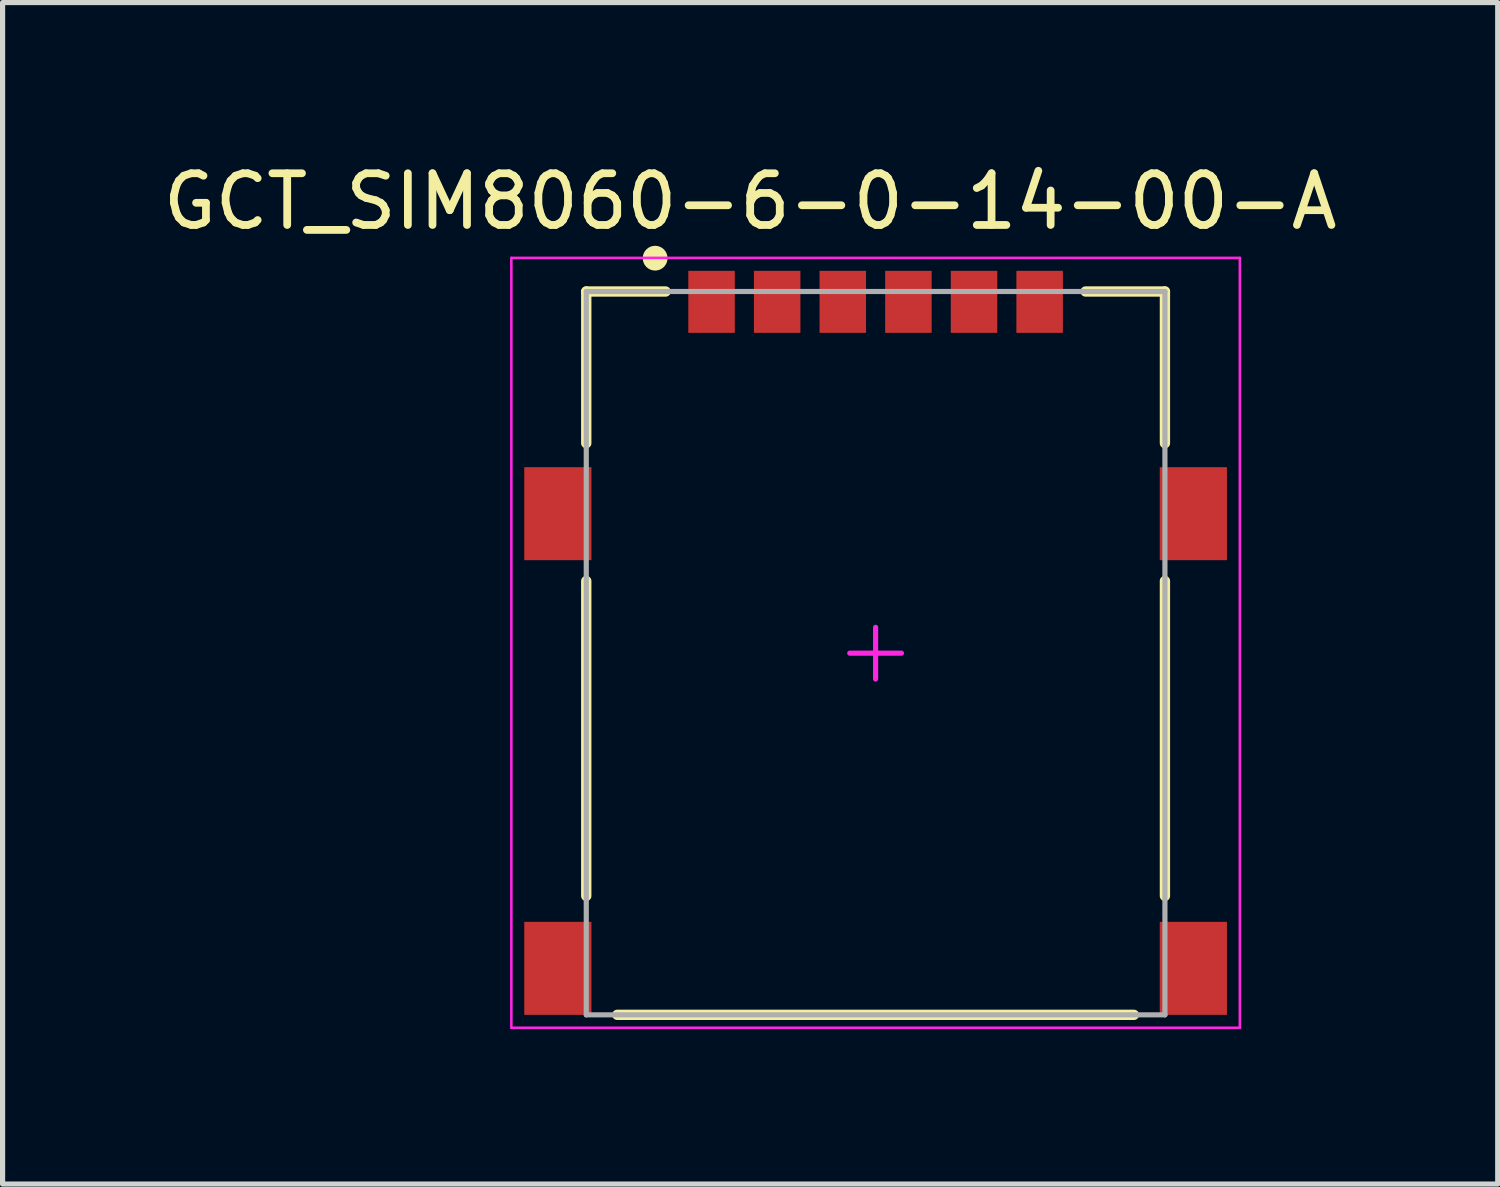
<source format=kicad_pcb>
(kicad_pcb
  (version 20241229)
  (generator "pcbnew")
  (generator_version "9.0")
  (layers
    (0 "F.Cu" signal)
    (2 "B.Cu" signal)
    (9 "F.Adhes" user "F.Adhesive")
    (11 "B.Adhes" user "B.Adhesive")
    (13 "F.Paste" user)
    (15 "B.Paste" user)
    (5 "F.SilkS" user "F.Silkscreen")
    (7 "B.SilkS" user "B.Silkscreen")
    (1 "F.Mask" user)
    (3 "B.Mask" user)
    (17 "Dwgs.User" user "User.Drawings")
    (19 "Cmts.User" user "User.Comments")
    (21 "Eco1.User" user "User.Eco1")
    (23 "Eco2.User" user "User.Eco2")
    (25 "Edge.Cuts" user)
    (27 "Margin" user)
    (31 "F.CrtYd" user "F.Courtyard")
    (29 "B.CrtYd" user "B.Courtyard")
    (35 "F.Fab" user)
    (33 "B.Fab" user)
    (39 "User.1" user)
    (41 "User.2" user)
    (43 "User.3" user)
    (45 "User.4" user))
  (footprint "GCT_SIM8060-6-0-14-00-A"
    (layer "F.Cu")
    (at 13.897 9.592)
    (property "Reference" "GCT_SIM8060-6-0-14-00-A" (at -2.427 -8.743 0) (layer "F.SilkS") (effects (font (size 1.001 1.001) (thickness 0.15))))
    (attr smd)
    (fp_line (start -5.6 -7) (end -4.064 -7) (stroke (width 0.2) (type solid)) (layer "F.SilkS"))
    (fp_line (start -5.6 -4.064) (end -5.6 -7) (stroke (width 0.2) (type solid)) (layer "F.SilkS"))
    (fp_line (start -5.6 -1.397) (end -5.6 4.699) (stroke (width 0.2) (type solid)) (layer "F.SilkS"))
    (fp_line (start -5 7) (end 5 7) (stroke (width 0.2) (type solid)) (layer "F.SilkS"))
    (fp_line (start 4.064 -7) (end 5.6 -7) (stroke (width 0.2) (type solid)) (layer "F.SilkS"))
    (fp_line (start 5.6 -7) (end 5.6 -4.064) (stroke (width 0.2) (type solid)) (layer "F.SilkS"))
    (fp_line (start 5.6 4.699) (end 5.6 -1.397) (stroke (width 0.2) (type solid)) (layer "F.SilkS"))
    (fp_circle (center -4.267 -7.645) (end -4.147 -7.645) (stroke (width 0.24) (type solid)) (fill no) (layer "F.SilkS"))
    (fp_line (start -7.05 -7.65) (end 7.05 -7.65) (stroke (width 0.05) (type solid)) (layer "F.CrtYd"))
    (fp_line (start -7.05 7.25) (end -7.05 -7.65) (stroke (width 0.05) (type solid)) (layer "F.CrtYd"))
    (fp_line (start -0.5 0) (end 0.5 0) (stroke (width 0.1) (type solid)) (layer "F.CrtYd"))
    (fp_line (start 0 -0.5) (end 0 0.5) (stroke (width 0.1) (type solid)) (layer "F.CrtYd"))
    (fp_line (start 7.05 -7.65) (end 7.05 7.25) (stroke (width 0.05) (type solid)) (layer "F.CrtYd"))
    (fp_line (start 7.05 7.25) (end -7.05 7.25) (stroke (width 0.05) (type solid)) (layer "F.CrtYd"))
    (fp_line (start -5.6 -7) (end 5.6 -7) (stroke (width 0.1) (type solid)) (layer "F.Fab"))
    (fp_line (start -5.6 7) (end -5.6 -7) (stroke (width 0.1) (type solid)) (layer "F.Fab"))
    (fp_line (start 5.6 -7) (end 5.6 7) (stroke (width 0.1) (type solid)) (layer "F.Fab"))
    (fp_line (start 5.6 7) (end -5.6 7) (stroke (width 0.1) (type solid)) (layer "F.Fab"))
    (pad "C1" smd rect (at -3.175 -6.8) (size 0.9 1.2) (layers "F.Cu" "F.Mask" "F.Paste"))
    (pad "C2" smd rect (at -0.635 -6.8) (size 0.9 1.2) (layers "F.Cu" "F.Mask" "F.Paste"))
    (pad "C3" smd rect (at 1.905 -6.8) (size 0.9 1.2) (layers "F.Cu" "F.Mask" "F.Paste"))
    (pad "C5" smd rect (at -1.905 -6.8) (size 0.9 1.2) (layers "F.Cu" "F.Mask" "F.Paste"))
    (pad "C6" smd rect (at 0.635 -6.8) (size 0.9 1.2) (layers "F.Cu" "F.Mask" "F.Paste"))
    (pad "C7" smd rect (at 3.175 -6.8) (size 0.9 1.2) (layers "F.Cu" "F.Mask" "F.Paste"))
    (pad "SH" smd rect (at -6.15 -2.7) (size 1.3 1.8) (layers "F.Cu" "F.Mask" "F.Paste"))
    (pad "SH" smd rect (at 6.15 -2.7) (size 1.3 1.8) (layers "F.Cu" "F.Mask" "F.Paste"))
    (pad "SH" smd rect (at 6.15 6.1) (size 1.3 1.8) (layers "F.Cu" "F.Mask" "F.Paste"))
    (pad "SW" smd rect (at -6.15 6.1) (size 1.3 1.8) (layers "F.Cu" "F.Mask" "F.Paste"))
    (zone (net_name "") (layer "F.Cu") (hatch full 0.508) (connect_pads) (min_thickness 0.01) (filled_areas_thickness no) (keepout (tracks not_allowed) (vias not_allowed) (pads not_allowed) (copperpour not_allowed) (footprints allowed)) (placement (enabled no)) (fill) (polygon (pts (xy 9.967 12.192) (xy 12.407 12.192) (xy 12.407 15.892) (xy 9.967 15.892))))
    (zone (net_name "") (layer "F.Cu") (hatch full 0.508) (connect_pads) (min_thickness 0.01) (filled_areas_thickness no) (keepout (tracks not_allowed) (vias not_allowed) (pads not_allowed) (copperpour not_allowed) (footprints allowed)) (placement (enabled no)) (fill) (polygon (pts (xy 10.537 5.172) (xy 11.837 5.172) (xy 11.837 8.872) (xy 10.537 8.872))))
    (zone (net_name "") (layer "F.Cu") (hatch full 0.508) (connect_pads) (min_thickness 0.01) (filled_areas_thickness no) (keepout (tracks not_allowed) (vias not_allowed) (pads not_allowed) (copperpour not_allowed) (footprints allowed)) (placement (enabled no)) (fill) (polygon (pts (xy 13.247 5.172) (xy 14.547 5.172) (xy 14.547 8.872) (xy 13.247 8.872))))
    (zone (net_name "") (layer "F.Cu") (hatch full 0.508) (connect_pads) (min_thickness 0.01) (filled_areas_thickness no) (keepout (tracks not_allowed) (vias not_allowed) (pads not_allowed) (copperpour not_allowed) (footprints allowed)) (placement (enabled no)) (fill) (polygon (pts (xy 13.247 12.192) (xy 14.547 12.192) (xy 14.547 15.892) (xy 13.247 15.892))))
    (zone (net_name "") (layer "F.Cu") (hatch full 0.508) (connect_pads) (min_thickness 0.01) (filled_areas_thickness no) (keepout (tracks not_allowed) (vias not_allowed) (pads not_allowed) (copperpour not_allowed) (footprints allowed)) (placement (enabled no)) (fill) (polygon (pts (xy 15.787 5.172) (xy 17.087 5.172) (xy 17.087 8.872) (xy 15.787 8.872))))
    (zone (net_name "") (layer "F.Cu") (hatch full 0.508) (connect_pads) (min_thickness 0.01) (filled_areas_thickness no) (keepout (tracks not_allowed) (vias not_allowed) (pads not_allowed) (copperpour not_allowed) (footprints allowed)) (placement (enabled no)) (fill) (polygon (pts (xy 15.787 12.192) (xy 17.087 12.192) (xy 17.087 15.892) (xy 15.787 15.892))))
    (zone (net_name "") (layers "F.Cu" "B.Cu") (hatch full 0.508) (connect_pads) (min_thickness 0.01) (filled_areas_thickness no) (keepout (tracks allowed) (vias not_allowed) (pads allowed) (copperpour allowed) (footprints allowed)) (placement (enabled no)) (fill) (polygon (pts (xy 9.967 12.192) (xy 12.407 12.192) (xy 12.407 15.892) (xy 9.967 15.892))))
    (zone (net_name "") (layers "F.Cu" "B.Cu") (hatch full 0.508) (connect_pads) (min_thickness 0.01) (filled_areas_thickness no) (keepout (tracks allowed) (vias not_allowed) (pads allowed) (copperpour allowed) (footprints allowed)) (placement (enabled no)) (fill) (polygon (pts (xy 10.537 5.172) (xy 11.837 5.172) (xy 11.837 8.872) (xy 10.537 8.872))))
    (zone (net_name "") (layers "F.Cu" "B.Cu") (hatch full 0.508) (connect_pads) (min_thickness 0.01) (filled_areas_thickness no) (keepout (tracks allowed) (vias not_allowed) (pads allowed) (copperpour allowed) (footprints allowed)) (placement (enabled no)) (fill) (polygon (pts (xy 13.247 5.172) (xy 14.547 5.172) (xy 14.547 8.872) (xy 13.247 8.872))))
    (zone (net_name "") (layers "F.Cu" "B.Cu") (hatch full 0.508) (connect_pads) (min_thickness 0.01) (filled_areas_thickness no) (keepout (tracks allowed) (vias not_allowed) (pads allowed) (copperpour allowed) (footprints allowed)) (placement (enabled no)) (fill) (polygon (pts (xy 13.247 12.192) (xy 14.547 12.192) (xy 14.547 15.892) (xy 13.247 15.892))))
    (zone (net_name "") (layers "F.Cu" "B.Cu") (hatch full 0.508) (connect_pads) (min_thickness 0.01) (filled_areas_thickness no) (keepout (tracks allowed) (vias not_allowed) (pads allowed) (copperpour allowed) (footprints allowed)) (placement (enabled no)) (fill) (polygon (pts (xy 15.787 5.172) (xy 17.087 5.172) (xy 17.087 8.872) (xy 15.787 8.872))))
    (zone (net_name "") (layers "F.Cu" "B.Cu") (hatch full 0.508) (connect_pads) (min_thickness 0.01) (filled_areas_thickness no) (keepout (tracks allowed) (vias not_allowed) (pads allowed) (copperpour allowed) (footprints allowed)) (placement (enabled no)) (fill) (polygon (pts (xy 15.787 12.192) (xy 17.087 12.192) (xy 17.087 15.892) (xy 15.787 15.892)))))
  (gr_rect
    (start -3 -3)
    (end 25.938 19.867)
    (stroke (width 0.1) (type default))
    (fill no)
    (layer "Edge.Cuts")))
</source>
